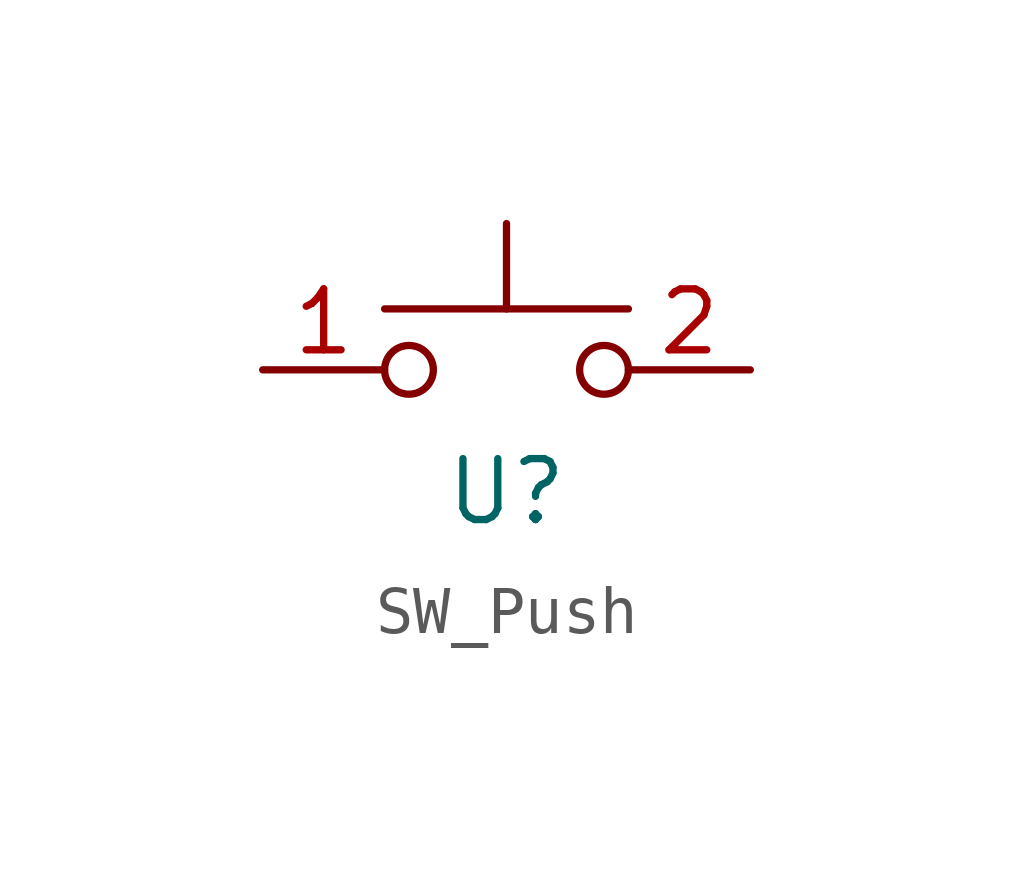
<source format=kicad_sym>
(kicad_symbol_lib
  (version 20241209)
  (generator "kicad_symbol_editor")
  (generator_version "9.0")
  (symbol "SW_Push"
    (property "Reference" "U"
      (at 0 0 0)
      (effects (font (size 1.27 1.27))))
    (property "Value" ""
      (at 0 0 0)
      (effects (font (size 1.27 1.27))))
    (symbol "SW_Push_0_1"
      (circle (center -2.032 2.54) (radius 0.508) (stroke (width 0) (type default)) (fill (type none)))
      (polyline (pts (xy 0 3.81) (xy 0 5.588)) (stroke (width 0) (type default)) (fill (type none)))
      (circle (center 2.032 2.54) (radius 0.508) (stroke (width 0) (type default)) (fill (type none)))
      (polyline (pts (xy 2.54 3.81) (xy -2.54 3.81)) (stroke (width 0) (type default)) (fill (type none)))
      (pin passive line (at -5.08 2.54 0) (length 2.54) (name "" (effects (font (size 1.27 1.27)))) (number "1" (effects (font (size 1.27 1.27)))))
      (pin passive line (at 5.08 2.54 180) (length 2.54) (name "" (effects (font (size 1.27 1.27)))) (number "2" (effects (font (size 1.27 1.27))))))))
</source>
